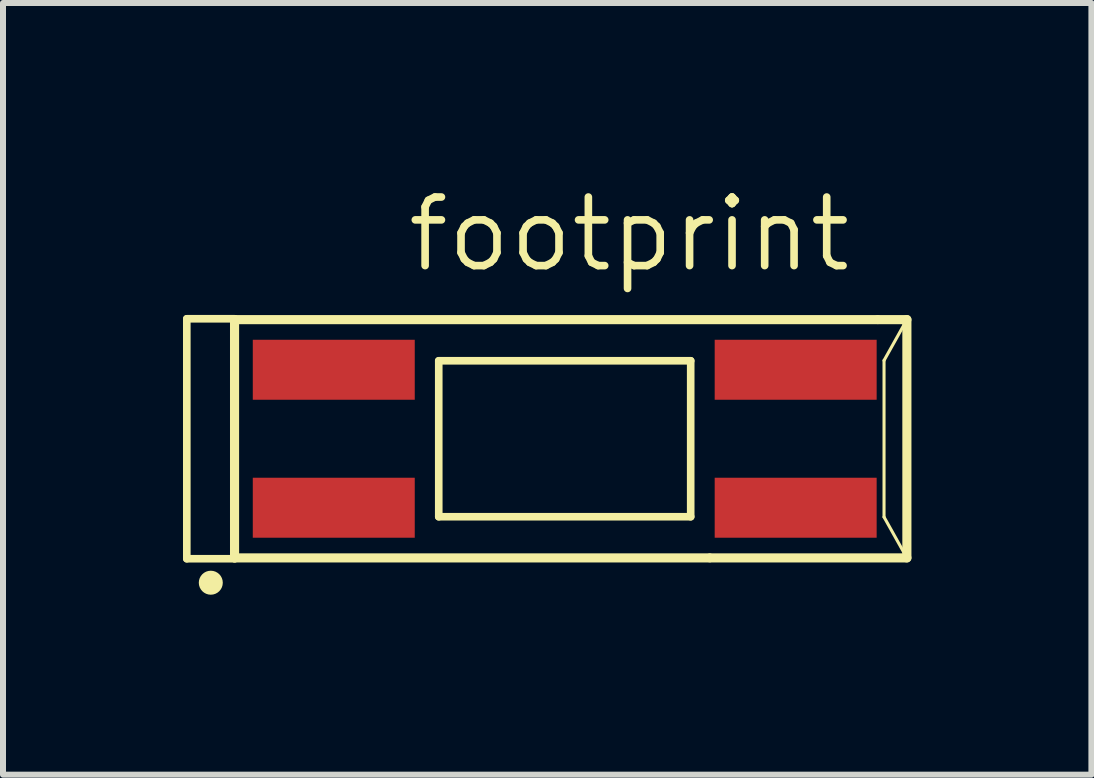
<source format=kicad_pcb>
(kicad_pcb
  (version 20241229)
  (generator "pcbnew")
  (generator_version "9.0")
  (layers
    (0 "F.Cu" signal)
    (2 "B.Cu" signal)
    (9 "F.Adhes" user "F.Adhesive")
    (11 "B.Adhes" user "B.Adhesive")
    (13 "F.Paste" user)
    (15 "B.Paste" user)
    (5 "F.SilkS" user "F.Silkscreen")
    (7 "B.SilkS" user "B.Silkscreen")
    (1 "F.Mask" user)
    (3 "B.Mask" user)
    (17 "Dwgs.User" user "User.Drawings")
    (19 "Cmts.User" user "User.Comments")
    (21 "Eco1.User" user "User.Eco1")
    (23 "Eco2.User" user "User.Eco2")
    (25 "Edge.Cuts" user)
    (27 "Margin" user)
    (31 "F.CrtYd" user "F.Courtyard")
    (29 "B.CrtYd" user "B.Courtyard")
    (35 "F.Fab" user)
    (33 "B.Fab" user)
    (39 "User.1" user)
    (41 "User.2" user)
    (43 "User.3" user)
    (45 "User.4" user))
  (footprint "footprint"
    (layer "F.Cu")
    (at 6.364 4.264)
    (property "Reference" "footprint" (at -2.683 -2.74 0) (layer "F.SilkS") (effects (font (size 1.143 1.143) (thickness 0.127)) (justify left bottom)))
    (fp_line (start -6.3 -2) (end -6.3 2) (stroke (width 0.127) (type solid)) (layer "F.SilkS"))
    (fp_line (start -6.3 2) (end -5.5 2) (stroke (width 0.127) (type solid)) (layer "F.SilkS"))
    (fp_line (start -5.504 -1.986) (end 5.213 -1.986) (stroke (width 0.152) (type solid)) (layer "F.SilkS"))
    (fp_line (start -5.504 1.986) (end -5.504 -1.986) (stroke (width 0.152) (type solid)) (layer "F.SilkS"))
    (fp_line (start -5.504 1.986) (end 2.413 1.986) (stroke (width 0.152) (type solid)) (layer "F.SilkS"))
    (fp_line (start -5.5 -2) (end -6.3 -2) (stroke (width 0.127) (type solid)) (layer "F.SilkS"))
    (fp_line (start -2.1 -1.3) (end 2.1 -1.3) (stroke (width 0.127) (type solid)) (layer "F.SilkS"))
    (fp_line (start -2.1 1.3) (end -2.1 -1.3) (stroke (width 0.127) (type solid)) (layer "F.SilkS"))
    (fp_line (start 2.1 -1.3) (end 2.1 1.3) (stroke (width 0.127) (type solid)) (layer "F.SilkS"))
    (fp_line (start 2.1 1.3) (end -2.1 1.3) (stroke (width 0.127) (type solid)) (layer "F.SilkS"))
    (fp_line (start 2.423 1.986) (end 5.704 1.986) (stroke (width 0.152) (type solid)) (layer "F.SilkS"))
    (fp_line (start 5.223 -1.986) (end 5.704 -1.986) (stroke (width 0.152) (type solid)) (layer "F.SilkS"))
    (fp_line (start 5.323 -1.305) (end 5.704 -1.986) (stroke (width 0.051) (type solid)) (layer "F.SilkS"))
    (fp_line (start 5.323 1.305) (end 5.323 -1.305) (stroke (width 0.051) (type solid)) (layer "F.SilkS"))
    (fp_line (start 5.323 1.305) (end 5.704 1.986) (stroke (width 0.051) (type solid)) (layer "F.SilkS"))
    (fp_line (start 5.704 -1.986) (end 5.704 1.986) (stroke (width 0.152) (type solid)) (layer "F.SilkS"))
    (fp_circle (center -5.9 2.4) (end -5.8 2.4) (stroke (width 0.2) (type solid)) (fill yes) (layer "F.SilkS"))
    (pad "1" smd rect (at -3.85 1.15) (size 2.7 1) (layers "F.Cu" "F.Mask" "F.Paste"))
    (pad "2" smd rect (at 3.85 1.15) (size 2.7 1) (layers "F.Cu" "F.Mask" "F.Paste"))
    (pad "3" smd rect (at 3.85 -1.15) (size 2.7 1) (layers "F.Cu" "F.Mask" "F.Paste"))
    (pad "4" smd rect (at -3.85 -1.15) (size 2.7 1) (layers "F.Cu" "F.Mask" "F.Paste")))
  (gr_rect
    (start -3 -3)
    (end 15.144 9.864)
    (stroke (width 0.1) (type default))
    (fill no)
    (layer "Edge.Cuts")))
</source>
